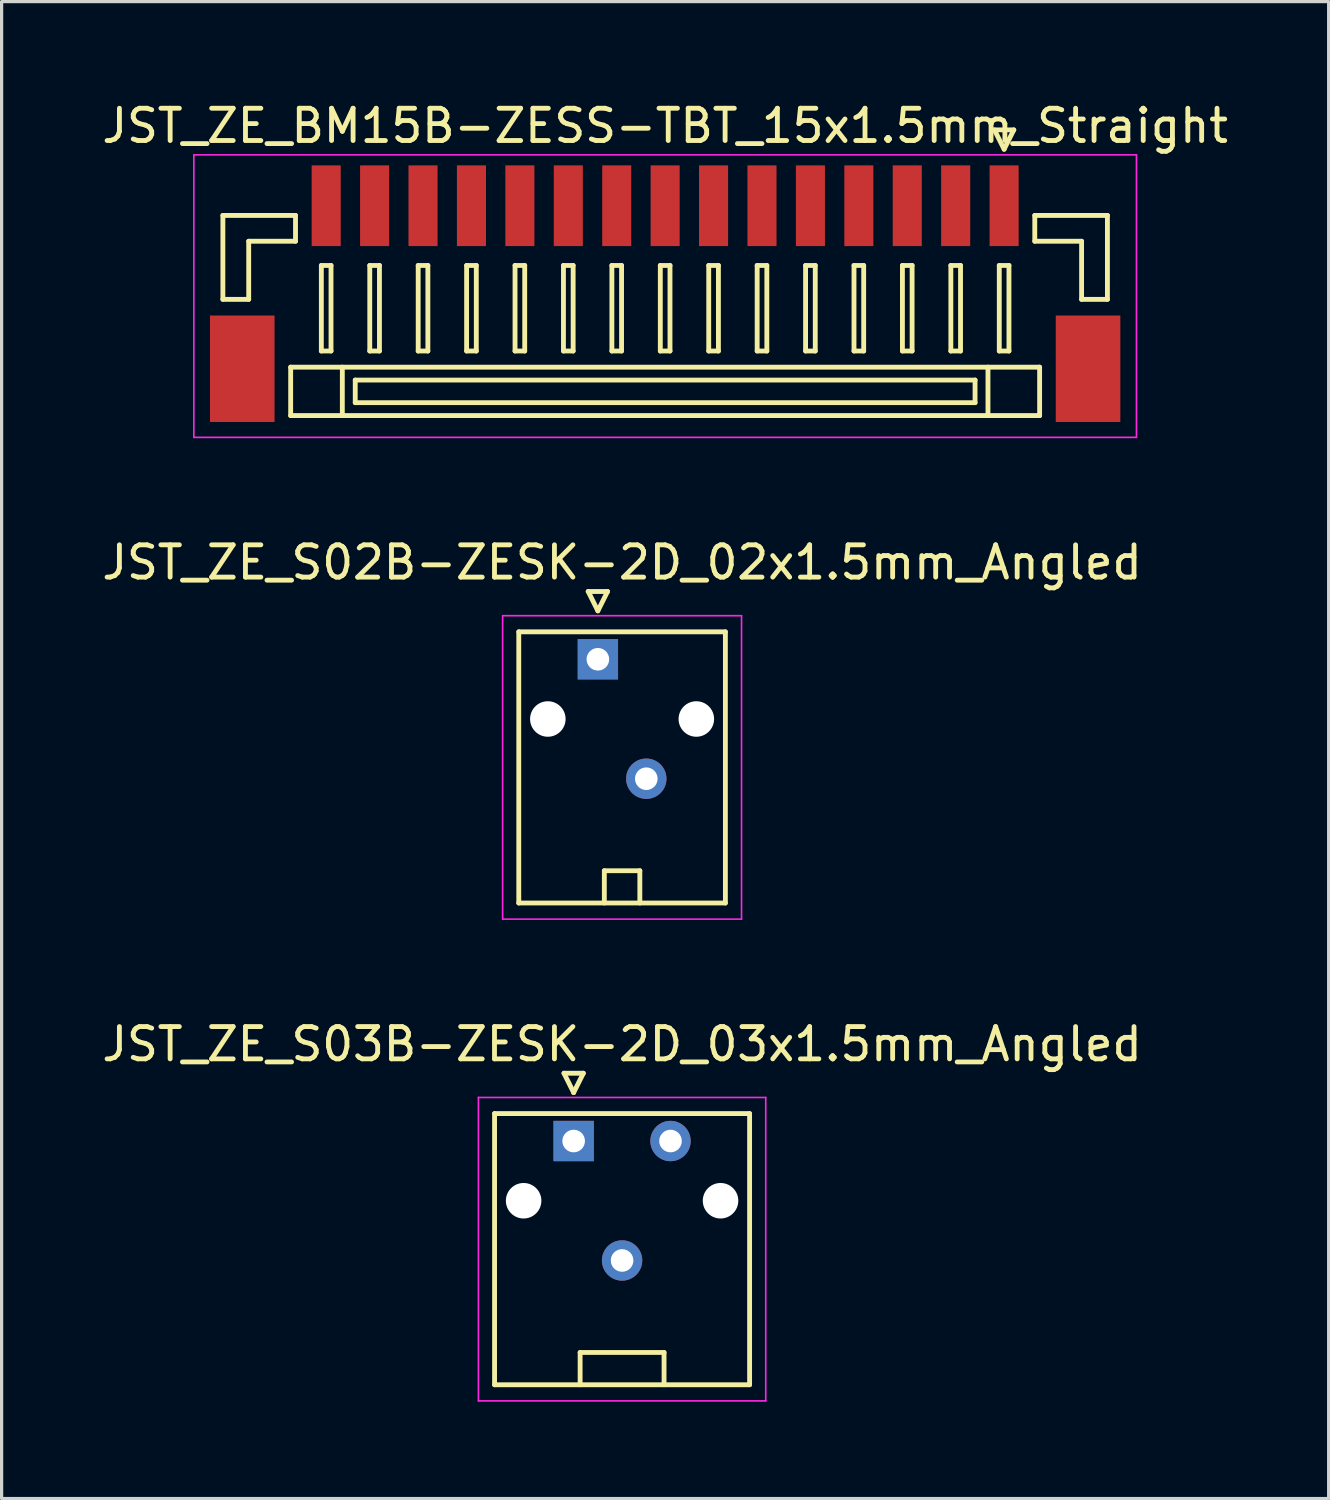
<source format=kicad_pcb>
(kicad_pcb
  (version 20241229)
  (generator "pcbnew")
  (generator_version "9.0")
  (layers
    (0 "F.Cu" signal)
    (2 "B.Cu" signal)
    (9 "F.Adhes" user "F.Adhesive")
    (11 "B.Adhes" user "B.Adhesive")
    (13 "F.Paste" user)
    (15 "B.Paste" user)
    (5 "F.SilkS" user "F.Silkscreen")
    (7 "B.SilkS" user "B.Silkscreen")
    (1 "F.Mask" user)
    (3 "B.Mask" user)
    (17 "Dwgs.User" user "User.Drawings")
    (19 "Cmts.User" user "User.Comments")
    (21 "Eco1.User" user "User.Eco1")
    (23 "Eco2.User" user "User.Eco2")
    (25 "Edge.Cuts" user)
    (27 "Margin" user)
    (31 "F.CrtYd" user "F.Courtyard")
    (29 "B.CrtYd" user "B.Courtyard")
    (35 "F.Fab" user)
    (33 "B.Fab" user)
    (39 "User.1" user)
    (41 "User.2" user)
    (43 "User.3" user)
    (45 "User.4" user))
  (footprint "JST_ZE_S03B-ZESK-2D_03x1.5mm_Angled"
    (layer "F.Cu")
    (at 14.72 32.295)
    (property "Reference" "JST_ZE_S03B-ZESK-2D_03x1.5mm_Angled" (at 1.5 -3 0) (layer "F.SilkS") (effects (font (size 1 1) (thickness 0.15))))
    (attr through_hole)
    (fp_line (start -2.45 -0.85) (end -2.45 7.55) (stroke (width 0.15) (type solid)) (layer "F.SilkS"))
    (fp_line (start -2.45 7.55) (end 5.45 7.55) (stroke (width 0.15) (type solid)) (layer "F.SilkS"))
    (fp_line (start -0.3 -2.1) (end 0.3 -2.1) (stroke (width 0.15) (type solid)) (layer "F.SilkS"))
    (fp_line (start 0 -1.5) (end -0.3 -2.1) (stroke (width 0.15) (type solid)) (layer "F.SilkS"))
    (fp_line (start 0.2 6.55) (end 2.8 6.55) (stroke (width 0.15) (type solid)) (layer "F.SilkS"))
    (fp_line (start 0.2 7.55) (end 0.2 6.55) (stroke (width 0.15) (type solid)) (layer "F.SilkS"))
    (fp_line (start 0.3 -2.1) (end 0 -1.5) (stroke (width 0.15) (type solid)) (layer "F.SilkS"))
    (fp_line (start 2.8 6.55) (end 2.8 7.55) (stroke (width 0.15) (type solid)) (layer "F.SilkS"))
    (fp_line (start 5.45 -0.85) (end -2.45 -0.85) (stroke (width 0.15) (type solid)) (layer "F.SilkS"))
    (fp_line (start 5.45 7.55) (end 5.45 -0.85) (stroke (width 0.15) (type solid)) (layer "F.SilkS"))
    (fp_line (start -2.95 -1.35) (end -2.95 8.05) (stroke (width 0.05) (type solid)) (layer "F.CrtYd"))
    (fp_line (start -2.95 8.05) (end 5.95 8.05) (stroke (width 0.05) (type solid)) (layer "F.CrtYd"))
    (fp_line (start 5.95 -1.35) (end -2.95 -1.35) (stroke (width 0.05) (type solid)) (layer "F.CrtYd"))
    (fp_line (start 5.95 8.05) (end 5.95 -1.35) (stroke (width 0.05) (type solid)) (layer "F.CrtYd"))
    (pad "" np_thru_hole circle (at -1.55 1.85) (size 1.1 1.1) (drill 1.1) (layers "*.Cu"))
    (pad "" np_thru_hole circle (at 4.55 1.85) (size 1.1 1.1) (drill 1.1) (layers "*.Cu"))
    (pad "1" thru_hole rect (at 0 0) (size 1.25 1.25) (drill 0.7) (layers "*.Cu" "*.Mask"))
    (pad "2" thru_hole circle (at 1.5 3.7) (size 1.25 1.25) (drill 0.7) (layers "*.Cu" "*.Mask"))
    (pad "3" thru_hole circle (at 3 0) (size 1.25 1.25) (drill 0.7) (layers "*.Cu" "*.Mask")))
  (footprint "JST_ZE_S02B-ZESK-2D_02x1.5mm_Angled"
    (layer "F.Cu")
    (at 15.47 17.372)
    (property "Reference" "JST_ZE_S02B-ZESK-2D_02x1.5mm_Angled" (at 0.75 -3 0) (layer "F.SilkS") (effects (font (size 1 1) (thickness 0.15))))
    (attr through_hole)
    (fp_line (start -2.45 -0.85) (end -2.45 7.55) (stroke (width 0.15) (type solid)) (layer "F.SilkS"))
    (fp_line (start -2.45 7.55) (end 3.95 7.55) (stroke (width 0.15) (type solid)) (layer "F.SilkS"))
    (fp_line (start -0.3 -2.1) (end 0.3 -2.1) (stroke (width 0.15) (type solid)) (layer "F.SilkS"))
    (fp_line (start 0 -1.5) (end -0.3 -2.1) (stroke (width 0.15) (type solid)) (layer "F.SilkS"))
    (fp_line (start 0.2 6.55) (end 1.3 6.55) (stroke (width 0.15) (type solid)) (layer "F.SilkS"))
    (fp_line (start 0.2 7.55) (end 0.2 6.55) (stroke (width 0.15) (type solid)) (layer "F.SilkS"))
    (fp_line (start 0.3 -2.1) (end 0 -1.5) (stroke (width 0.15) (type solid)) (layer "F.SilkS"))
    (fp_line (start 1.3 6.55) (end 1.3 7.55) (stroke (width 0.15) (type solid)) (layer "F.SilkS"))
    (fp_line (start 3.95 -0.85) (end -2.45 -0.85) (stroke (width 0.15) (type solid)) (layer "F.SilkS"))
    (fp_line (start 3.95 7.55) (end 3.95 -0.85) (stroke (width 0.15) (type solid)) (layer "F.SilkS"))
    (fp_line (start -2.95 -1.35) (end -2.95 8.05) (stroke (width 0.05) (type solid)) (layer "F.CrtYd"))
    (fp_line (start -2.95 8.05) (end 4.45 8.05) (stroke (width 0.05) (type solid)) (layer "F.CrtYd"))
    (fp_line (start 4.45 -1.35) (end -2.95 -1.35) (stroke (width 0.05) (type solid)) (layer "F.CrtYd"))
    (fp_line (start 4.45 8.05) (end 4.45 -1.35) (stroke (width 0.05) (type solid)) (layer "F.CrtYd"))
    (pad "" np_thru_hole circle (at -1.55 1.85) (size 1.1 1.1) (drill 1.1) (layers "*.Cu"))
    (pad "" np_thru_hole circle (at 3.05 1.85) (size 1.1 1.1) (drill 1.1) (layers "*.Cu"))
    (pad "1" thru_hole rect (at 0 0) (size 1.25 1.25) (drill 0.7) (layers "*.Cu" "*.Mask"))
    (pad "2" thru_hole circle (at 1.5 3.7) (size 1.25 1.25) (drill 0.7) (layers "*.Cu" "*.Mask")))
  (footprint "JST_ZE_BM15B-ZESS-TBT_15x1.5mm_Straight"
    (layer "F.Cu")
    (at 17.554 5.848)
    (property "Reference" "JST_ZE_BM15B-ZESS-TBT_15x1.5mm_Straight" (at 0 -5 0) (layer "F.SilkS") (effects (font (size 1 1) (thickness 0.15))))
    (attr smd)
    (fp_line (start -13.7 -2.225) (end -13.7 0.375) (stroke (width 0.15) (type solid)) (layer "F.SilkS"))
    (fp_line (start -13.7 0.375) (end -12.9 0.375) (stroke (width 0.15) (type solid)) (layer "F.SilkS"))
    (fp_line (start -12.9 -1.425) (end -11.45 -1.425) (stroke (width 0.15) (type solid)) (layer "F.SilkS"))
    (fp_line (start -12.9 0.375) (end -12.9 -1.425) (stroke (width 0.15) (type solid)) (layer "F.SilkS"))
    (fp_line (start -11.6 2.475) (end -11.6 3.975) (stroke (width 0.15) (type solid)) (layer "F.SilkS"))
    (fp_line (start -11.6 3.975) (end 11.6 3.975) (stroke (width 0.15) (type solid)) (layer "F.SilkS"))
    (fp_line (start -11.45 -2.225) (end -13.7 -2.225) (stroke (width 0.15) (type solid)) (layer "F.SilkS"))
    (fp_line (start -11.45 -1.425) (end -11.45 -2.225) (stroke (width 0.15) (type solid)) (layer "F.SilkS"))
    (fp_line (start -10.65 -0.675) (end -10.65 1.975) (stroke (width 0.15) (type solid)) (layer "F.SilkS"))
    (fp_line (start -10.65 1.975) (end -10.35 1.975) (stroke (width 0.15) (type solid)) (layer "F.SilkS"))
    (fp_line (start -10.35 -0.675) (end -10.65 -0.675) (stroke (width 0.15) (type solid)) (layer "F.SilkS"))
    (fp_line (start -10.35 1.975) (end -10.35 -0.675) (stroke (width 0.15) (type solid)) (layer "F.SilkS"))
    (fp_line (start -10 2.475) (end -10 3.975) (stroke (width 0.15) (type solid)) (layer "F.SilkS"))
    (fp_line (start -9.6 2.875) (end -9.6 3.575) (stroke (width 0.15) (type solid)) (layer "F.SilkS"))
    (fp_line (start -9.6 3.575) (end 9.6 3.575) (stroke (width 0.15) (type solid)) (layer "F.SilkS"))
    (fp_line (start -9.15 -0.675) (end -9.15 1.975) (stroke (width 0.15) (type solid)) (layer "F.SilkS"))
    (fp_line (start -9.15 1.975) (end -8.85 1.975) (stroke (width 0.15) (type solid)) (layer "F.SilkS"))
    (fp_line (start -8.85 -0.675) (end -9.15 -0.675) (stroke (width 0.15) (type solid)) (layer "F.SilkS"))
    (fp_line (start -8.85 1.975) (end -8.85 -0.675) (stroke (width 0.15) (type solid)) (layer "F.SilkS"))
    (fp_line (start -7.65 -0.675) (end -7.65 1.975) (stroke (width 0.15) (type solid)) (layer "F.SilkS"))
    (fp_line (start -7.65 1.975) (end -7.35 1.975) (stroke (width 0.15) (type solid)) (layer "F.SilkS"))
    (fp_line (start -7.35 -0.675) (end -7.65 -0.675) (stroke (width 0.15) (type solid)) (layer "F.SilkS"))
    (fp_line (start -7.35 1.975) (end -7.35 -0.675) (stroke (width 0.15) (type solid)) (layer "F.SilkS"))
    (fp_line (start -6.15 -0.675) (end -6.15 1.975) (stroke (width 0.15) (type solid)) (layer "F.SilkS"))
    (fp_line (start -6.15 1.975) (end -5.85 1.975) (stroke (width 0.15) (type solid)) (layer "F.SilkS"))
    (fp_line (start -5.85 -0.675) (end -6.15 -0.675) (stroke (width 0.15) (type solid)) (layer "F.SilkS"))
    (fp_line (start -5.85 1.975) (end -5.85 -0.675) (stroke (width 0.15) (type solid)) (layer "F.SilkS"))
    (fp_line (start -4.65 -0.675) (end -4.65 1.975) (stroke (width 0.15) (type solid)) (layer "F.SilkS"))
    (fp_line (start -4.65 1.975) (end -4.35 1.975) (stroke (width 0.15) (type solid)) (layer "F.SilkS"))
    (fp_line (start -4.35 -0.675) (end -4.65 -0.675) (stroke (width 0.15) (type solid)) (layer "F.SilkS"))
    (fp_line (start -4.35 1.975) (end -4.35 -0.675) (stroke (width 0.15) (type solid)) (layer "F.SilkS"))
    (fp_line (start -3.15 -0.675) (end -3.15 1.975) (stroke (width 0.15) (type solid)) (layer "F.SilkS"))
    (fp_line (start -3.15 1.975) (end -2.85 1.975) (stroke (width 0.15) (type solid)) (layer "F.SilkS"))
    (fp_line (start -2.85 -0.675) (end -3.15 -0.675) (stroke (width 0.15) (type solid)) (layer "F.SilkS"))
    (fp_line (start -2.85 1.975) (end -2.85 -0.675) (stroke (width 0.15) (type solid)) (layer "F.SilkS"))
    (fp_line (start -1.65 -0.675) (end -1.65 1.975) (stroke (width 0.15) (type solid)) (layer "F.SilkS"))
    (fp_line (start -1.65 1.975) (end -1.35 1.975) (stroke (width 0.15) (type solid)) (layer "F.SilkS"))
    (fp_line (start -1.35 -0.675) (end -1.65 -0.675) (stroke (width 0.15) (type solid)) (layer "F.SilkS"))
    (fp_line (start -1.35 1.975) (end -1.35 -0.675) (stroke (width 0.15) (type solid)) (layer "F.SilkS"))
    (fp_line (start -0.15 -0.675) (end -0.15 1.975) (stroke (width 0.15) (type solid)) (layer "F.SilkS"))
    (fp_line (start -0.15 1.975) (end 0.15 1.975) (stroke (width 0.15) (type solid)) (layer "F.SilkS"))
    (fp_line (start 0.15 -0.675) (end -0.15 -0.675) (stroke (width 0.15) (type solid)) (layer "F.SilkS"))
    (fp_line (start 0.15 1.975) (end 0.15 -0.675) (stroke (width 0.15) (type solid)) (layer "F.SilkS"))
    (fp_line (start 1.35 -0.675) (end 1.35 1.975) (stroke (width 0.15) (type solid)) (layer "F.SilkS"))
    (fp_line (start 1.35 1.975) (end 1.65 1.975) (stroke (width 0.15) (type solid)) (layer "F.SilkS"))
    (fp_line (start 1.65 -0.675) (end 1.35 -0.675) (stroke (width 0.15) (type solid)) (layer "F.SilkS"))
    (fp_line (start 1.65 1.975) (end 1.65 -0.675) (stroke (width 0.15) (type solid)) (layer "F.SilkS"))
    (fp_line (start 2.85 -0.675) (end 2.85 1.975) (stroke (width 0.15) (type solid)) (layer "F.SilkS"))
    (fp_line (start 2.85 1.975) (end 3.15 1.975) (stroke (width 0.15) (type solid)) (layer "F.SilkS"))
    (fp_line (start 3.15 -0.675) (end 2.85 -0.675) (stroke (width 0.15) (type solid)) (layer "F.SilkS"))
    (fp_line (start 3.15 1.975) (end 3.15 -0.675) (stroke (width 0.15) (type solid)) (layer "F.SilkS"))
    (fp_line (start 4.35 -0.675) (end 4.35 1.975) (stroke (width 0.15) (type solid)) (layer "F.SilkS"))
    (fp_line (start 4.35 1.975) (end 4.65 1.975) (stroke (width 0.15) (type solid)) (layer "F.SilkS"))
    (fp_line (start 4.65 -0.675) (end 4.35 -0.675) (stroke (width 0.15) (type solid)) (layer "F.SilkS"))
    (fp_line (start 4.65 1.975) (end 4.65 -0.675) (stroke (width 0.15) (type solid)) (layer "F.SilkS"))
    (fp_line (start 5.85 -0.675) (end 5.85 1.975) (stroke (width 0.15) (type solid)) (layer "F.SilkS"))
    (fp_line (start 5.85 1.975) (end 6.15 1.975) (stroke (width 0.15) (type solid)) (layer "F.SilkS"))
    (fp_line (start 6.15 -0.675) (end 5.85 -0.675) (stroke (width 0.15) (type solid)) (layer "F.SilkS"))
    (fp_line (start 6.15 1.975) (end 6.15 -0.675) (stroke (width 0.15) (type solid)) (layer "F.SilkS"))
    (fp_line (start 7.35 -0.675) (end 7.35 1.975) (stroke (width 0.15) (type solid)) (layer "F.SilkS"))
    (fp_line (start 7.35 1.975) (end 7.65 1.975) (stroke (width 0.15) (type solid)) (layer "F.SilkS"))
    (fp_line (start 7.65 -0.675) (end 7.35 -0.675) (stroke (width 0.15) (type solid)) (layer "F.SilkS"))
    (fp_line (start 7.65 1.975) (end 7.65 -0.675) (stroke (width 0.15) (type solid)) (layer "F.SilkS"))
    (fp_line (start 8.85 -0.675) (end 8.85 1.975) (stroke (width 0.15) (type solid)) (layer "F.SilkS"))
    (fp_line (start 8.85 1.975) (end 9.15 1.975) (stroke (width 0.15) (type solid)) (layer "F.SilkS"))
    (fp_line (start 9.15 -0.675) (end 8.85 -0.675) (stroke (width 0.15) (type solid)) (layer "F.SilkS"))
    (fp_line (start 9.15 1.975) (end 9.15 -0.675) (stroke (width 0.15) (type solid)) (layer "F.SilkS"))
    (fp_line (start 9.6 2.875) (end -9.6 2.875) (stroke (width 0.15) (type solid)) (layer "F.SilkS"))
    (fp_line (start 9.6 3.575) (end 9.6 2.875) (stroke (width 0.15) (type solid)) (layer "F.SilkS"))
    (fp_line (start 10 2.475) (end 10 3.975) (stroke (width 0.15) (type solid)) (layer "F.SilkS"))
    (fp_line (start 10.2 -4.875) (end 10.5 -4.275) (stroke (width 0.15) (type solid)) (layer "F.SilkS"))
    (fp_line (start 10.35 -0.675) (end 10.35 1.975) (stroke (width 0.15) (type solid)) (layer "F.SilkS"))
    (fp_line (start 10.35 1.975) (end 10.65 1.975) (stroke (width 0.15) (type solid)) (layer "F.SilkS"))
    (fp_line (start 10.5 -4.275) (end 10.8 -4.875) (stroke (width 0.15) (type solid)) (layer "F.SilkS"))
    (fp_line (start 10.65 -0.675) (end 10.35 -0.675) (stroke (width 0.15) (type solid)) (layer "F.SilkS"))
    (fp_line (start 10.65 1.975) (end 10.65 -0.675) (stroke (width 0.15) (type solid)) (layer "F.SilkS"))
    (fp_line (start 10.8 -4.875) (end 10.2 -4.875) (stroke (width 0.15) (type solid)) (layer "F.SilkS"))
    (fp_line (start 11.45 -2.225) (end 13.7 -2.225) (stroke (width 0.15) (type solid)) (layer "F.SilkS"))
    (fp_line (start 11.45 -1.425) (end 11.45 -2.225) (stroke (width 0.15) (type solid)) (layer "F.SilkS"))
    (fp_line (start 11.6 2.475) (end -11.6 2.475) (stroke (width 0.15) (type solid)) (layer "F.SilkS"))
    (fp_line (start 11.6 3.975) (end 11.6 2.475) (stroke (width 0.15) (type solid)) (layer "F.SilkS"))
    (fp_line (start 12.9 -1.425) (end 11.45 -1.425) (stroke (width 0.15) (type solid)) (layer "F.SilkS"))
    (fp_line (start 12.9 0.375) (end 12.9 -1.425) (stroke (width 0.15) (type solid)) (layer "F.SilkS"))
    (fp_line (start 13.7 -2.225) (end 13.7 0.375) (stroke (width 0.15) (type solid)) (layer "F.SilkS"))
    (fp_line (start 13.7 0.375) (end 12.9 0.375) (stroke (width 0.15) (type solid)) (layer "F.SilkS"))
    (fp_line (start -14.6 -4.1) (end -14.6 4.65) (stroke (width 0.05) (type solid)) (layer "F.CrtYd"))
    (fp_line (start -14.6 4.65) (end 14.6 4.65) (stroke (width 0.05) (type solid)) (layer "F.CrtYd"))
    (fp_line (start 14.6 -4.1) (end -14.6 -4.1) (stroke (width 0.05) (type solid)) (layer "F.CrtYd"))
    (fp_line (start 14.6 4.65) (end 14.6 -4.1) (stroke (width 0.05) (type solid)) (layer "F.CrtYd"))
    (pad "" smd rect (at -13.1 2.525) (size 2 3.3) (layers "F.Cu" "F.Mask" "F.Paste"))
    (pad "" smd rect (at 13.1 2.525) (size 2 3.3) (layers "F.Cu" "F.Mask" "F.Paste"))
    (pad "1" smd rect (at 10.5 -2.525) (size 0.9 2.5) (layers "F.Cu" "F.Mask" "F.Paste"))
    (pad "2" smd rect (at 9 -2.525) (size 0.9 2.5) (layers "F.Cu" "F.Mask" "F.Paste"))
    (pad "3" smd rect (at 7.5 -2.525) (size 0.9 2.5) (layers "F.Cu" "F.Mask" "F.Paste"))
    (pad "4" smd rect (at 6 -2.525) (size 0.9 2.5) (layers "F.Cu" "F.Mask" "F.Paste"))
    (pad "5" smd rect (at 4.5 -2.525) (size 0.9 2.5) (layers "F.Cu" "F.Mask" "F.Paste"))
    (pad "6" smd rect (at 3 -2.525) (size 0.9 2.5) (layers "F.Cu" "F.Mask" "F.Paste"))
    (pad "7" smd rect (at 1.5 -2.525) (size 0.9 2.5) (layers "F.Cu" "F.Mask" "F.Paste"))
    (pad "8" smd rect (at 0 -2.525) (size 0.9 2.5) (layers "F.Cu" "F.Mask" "F.Paste"))
    (pad "9" smd rect (at -1.5 -2.525) (size 0.9 2.5) (layers "F.Cu" "F.Mask" "F.Paste"))
    (pad "10" smd rect (at -3 -2.525) (size 0.9 2.5) (layers "F.Cu" "F.Mask" "F.Paste"))
    (pad "11" smd rect (at -4.5 -2.525) (size 0.9 2.5) (layers "F.Cu" "F.Mask" "F.Paste"))
    (pad "12" smd rect (at -6 -2.525) (size 0.9 2.5) (layers "F.Cu" "F.Mask" "F.Paste"))
    (pad "13" smd rect (at -7.5 -2.525) (size 0.9 2.5) (layers "F.Cu" "F.Mask" "F.Paste"))
    (pad "14" smd rect (at -9 -2.525) (size 0.9 2.5) (layers "F.Cu" "F.Mask" "F.Paste"))
    (pad "15" smd rect (at -10.5 -2.525) (size 0.9 2.5) (layers "F.Cu" "F.Mask" "F.Paste")))
  (gr_rect
    (start -3 -3)
    (end 38.107 43.37)
    (stroke (width 0.1) (type default))
    (fill no)
    (layer "Edge.Cuts")))
</source>
